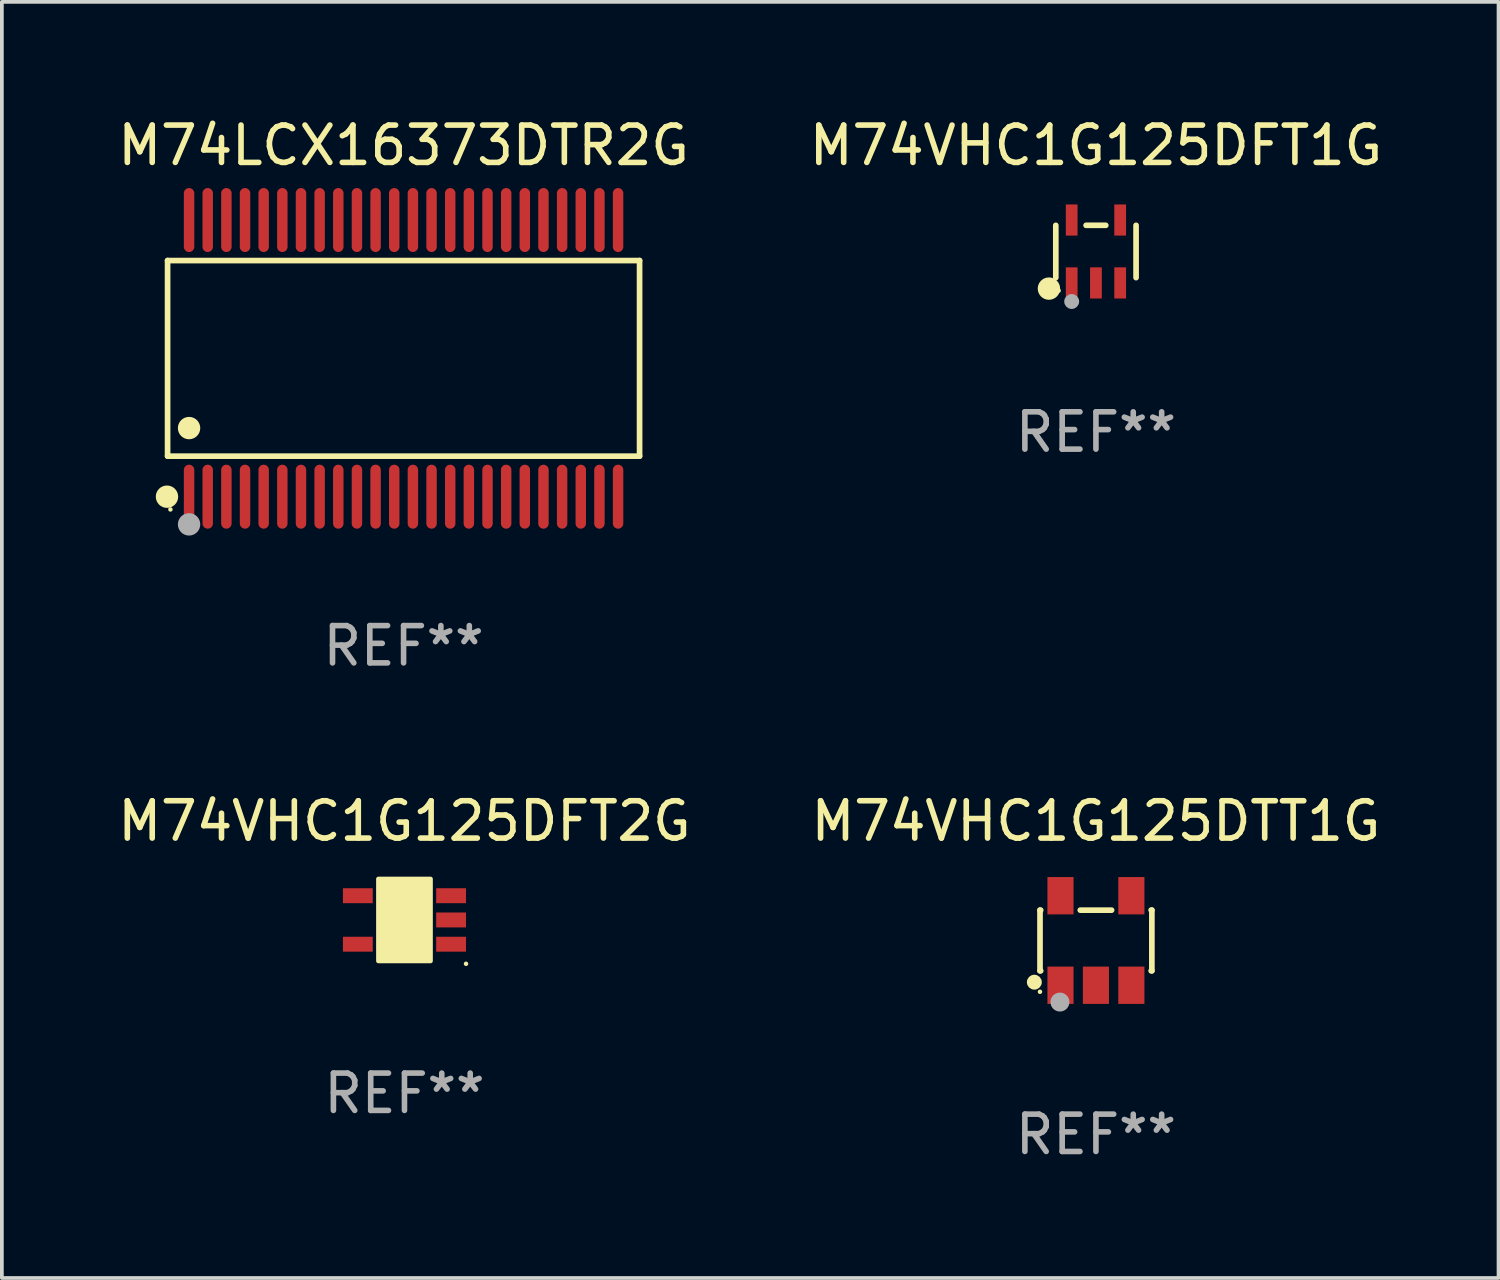
<source format=kicad_pcb>
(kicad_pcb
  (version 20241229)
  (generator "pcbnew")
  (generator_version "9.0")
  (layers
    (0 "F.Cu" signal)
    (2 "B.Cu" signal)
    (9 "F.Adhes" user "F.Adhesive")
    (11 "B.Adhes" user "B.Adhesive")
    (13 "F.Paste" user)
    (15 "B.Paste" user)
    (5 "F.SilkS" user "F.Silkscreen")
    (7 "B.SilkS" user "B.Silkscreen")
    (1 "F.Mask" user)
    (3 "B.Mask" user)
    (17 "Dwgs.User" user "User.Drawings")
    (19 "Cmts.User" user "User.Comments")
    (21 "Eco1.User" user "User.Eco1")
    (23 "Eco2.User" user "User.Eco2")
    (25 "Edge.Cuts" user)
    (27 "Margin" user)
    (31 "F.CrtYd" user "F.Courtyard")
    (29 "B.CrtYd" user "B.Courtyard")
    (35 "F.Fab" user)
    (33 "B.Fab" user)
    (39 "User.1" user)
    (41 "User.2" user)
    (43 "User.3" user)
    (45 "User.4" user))
  (footprint "M74VHC1G125DTT1G"
    (layer "F.Cu")
    (at 26.327 22.16)
    (property "Reference" "M74VHC1G125DTT1G" (at 0 -3.2 0) (layer "F.SilkS") (effects (font (size 1 1) (thickness 0.15))))
    (attr through_hole)
    (fp_line (start -1.499 -0.813) (end -1.48 -0.813) (stroke (width 0.152) (type solid)) (layer "F.SilkS"))
    (fp_line (start -1.499 0.813) (end -1.499 -0.813) (stroke (width 0.152) (type solid)) (layer "F.SilkS"))
    (fp_line (start -1.48 0.813) (end -1.499 0.813) (stroke (width 0.152) (type solid)) (layer "F.SilkS"))
    (fp_line (start -0.42 -0.813) (end 0.42 -0.813) (stroke (width 0.152) (type solid)) (layer "F.SilkS"))
    (fp_line (start 1.48 -0.813) (end 1.499 -0.813) (stroke (width 0.152) (type solid)) (layer "F.SilkS"))
    (fp_line (start 1.499 -0.813) (end 1.499 0.813) (stroke (width 0.152) (type solid)) (layer "F.SilkS"))
    (fp_line (start 1.499 0.813) (end 1.48 0.813) (stroke (width 0.152) (type solid)) (layer "F.SilkS"))
    (fp_circle (center -1.651 1.118) (end -1.551 1.118) (stroke (width 0.2) (type solid)) (fill no) (layer "F.SilkS"))
    (fp_circle (center -1.5 1.375) (end -1.47 1.375) (stroke (width 0.06) (type solid)) (fill no) (layer "F.SilkS"))
    (fp_circle (center -0.965 1.651) (end -0.838 1.651) (stroke (width 0.254) (type solid)) (fill no) (layer "F.Fab"))
    (fp_text user "REF**" (at 0 5.2 0) (layer "F.Fab") (effects (font (size 1 1) (thickness 0.15))))
    (pad "1" smd rect (at -0.95 1.2) (size 0.7 1) (layers "F.Cu" "F.Mask" "F.Paste"))
    (pad "2" smd rect (at 0 1.2) (size 0.7 1) (layers "F.Cu" "F.Mask" "F.Paste"))
    (pad "3" smd rect (at 0.95 1.2) (size 0.7 1) (layers "F.Cu" "F.Mask" "F.Paste"))
    (pad "4" smd rect (at 0.95 -1.2) (size 0.7 1) (layers "F.Cu" "F.Mask" "F.Paste"))
    (pad "5" smd rect (at -0.95 -1.2) (size 0.7 1) (layers "F.Cu" "F.Mask" "F.Paste")))
  (footprint "M74VHC1G125DFT1G"
    (layer "F.Cu")
    (at 26.327 3.691)
    (property "Reference" "M74VHC1G125DFT1G" (at 0 -2.843 0) (layer "F.SilkS") (effects (font (size 1 1) (thickness 0.15))))
    (attr through_hole)
    (fp_line (start -1.076 0.701) (end -1.076 -0.701) (stroke (width 0.152) (type solid)) (layer "F.SilkS"))
    (fp_line (start 0.264 -0.701) (end -0.264 -0.701) (stroke (width 0.152) (type solid)) (layer "F.SilkS"))
    (fp_line (start 1.076 0.701) (end 1.076 -0.701) (stroke (width 0.152) (type solid)) (layer "F.SilkS"))
    (fp_circle (center -1.26 0.995) (end -1.11 0.995) (stroke (width 0.3) (type solid)) (fill no) (layer "F.SilkS"))
    (fp_circle (center -1 1.05) (end -0.97 1.05) (stroke (width 0.06) (type solid)) (fill no) (layer "F.SilkS"))
    (fp_circle (center -0.65 1.341) (end -0.55 1.341) (stroke (width 0.2) (type solid)) (fill no) (layer "F.Fab"))
    (fp_text user "REF**" (at 0 4.843 0) (layer "F.Fab") (effects (font (size 1 1) (thickness 0.15))))
    (pad "1" smd rect (at -0.65 0.843) (size 0.315 0.835) (layers "F.Cu" "F.Mask" "F.Paste"))
    (pad "2" smd rect (at 0.00014 0.843) (size 0.315 0.835) (layers "F.Cu" "F.Mask" "F.Paste"))
    (pad "3" smd rect (at 0.65 0.843) (size 0.315 0.835) (layers "F.Cu" "F.Mask" "F.Paste"))
    (pad "4" smd rect (at 0.65 -0.843) (size 0.315 0.835) (layers "F.Cu" "F.Mask" "F.Paste"))
    (pad "5" smd rect (at -0.65 -0.843) (size 0.315 0.835) (layers "F.Cu" "F.Mask" "F.Paste")))
  (footprint "M74LCX16373DTR2G"
    (layer "F.Cu")
    (at 7.768 6.556)
    (property "Reference" "M74LCX16373DTR2G" (at 0 -5.708 0) (layer "F.SilkS") (effects (font (size 1 1) (thickness 0.15))))
    (attr through_hole)
    (fp_line (start -6.326 -2.622) (end 6.326 -2.622) (stroke (width 0.152) (type solid)) (layer "F.SilkS"))
    (fp_line (start -6.326 2.621) (end -6.326 -2.622) (stroke (width 0.152) (type solid)) (layer "F.SilkS"))
    (fp_line (start 6.326 -2.622) (end 6.326 2.621) (stroke (width 0.152) (type solid)) (layer "F.SilkS"))
    (fp_line (start 6.326 2.621) (end -6.326 2.621) (stroke (width 0.152) (type solid)) (layer "F.SilkS"))
    (fp_circle (center -6.342 3.708) (end -6.192 3.708) (stroke (width 0.3) (type solid)) (fill no) (layer "F.SilkS"))
    (fp_circle (center -6.25 4.05) (end -6.22 4.05) (stroke (width 0.06) (type solid)) (fill no) (layer "F.SilkS"))
    (fp_circle (center -5.75 1.869) (end -5.6 1.869) (stroke (width 0.3) (type solid)) (fill no) (layer "F.SilkS"))
    (fp_circle (center -5.75 4.45) (end -5.6 4.45) (stroke (width 0.3) (type solid)) (fill no) (layer "F.Fab"))
    (fp_text user "REF**" (at 0 7.708 0) (layer "F.Fab") (effects (font (size 1 1) (thickness 0.15))))
    (pad "1" smd oval (at -5.75 3.708) (size 0.28 1.715) (layers "F.Cu" "F.Mask" "F.Paste"))
    (pad "2" smd oval (at -5.25 3.708) (size 0.28 1.715) (layers "F.Cu" "F.Mask" "F.Paste"))
    (pad "3" smd oval (at -4.75 3.708) (size 0.28 1.715) (layers "F.Cu" "F.Mask" "F.Paste"))
    (pad "4" smd oval (at -4.25 3.708) (size 0.28 1.715) (layers "F.Cu" "F.Mask" "F.Paste"))
    (pad "5" smd oval (at -3.75 3.708) (size 0.28 1.715) (layers "F.Cu" "F.Mask" "F.Paste"))
    (pad "6" smd oval (at -3.25 3.708) (size 0.28 1.715) (layers "F.Cu" "F.Mask" "F.Paste"))
    (pad "7" smd oval (at -2.75 3.708) (size 0.28 1.715) (layers "F.Cu" "F.Mask" "F.Paste"))
    (pad "8" smd oval (at -2.25 3.708) (size 0.28 1.715) (layers "F.Cu" "F.Mask" "F.Paste"))
    (pad "9" smd oval (at -1.75 3.708) (size 0.28 1.715) (layers "F.Cu" "F.Mask" "F.Paste"))
    (pad "10" smd oval (at -1.25 3.708) (size 0.28 1.715) (layers "F.Cu" "F.Mask" "F.Paste"))
    (pad "11" smd oval (at -0.75 3.708) (size 0.28 1.715) (layers "F.Cu" "F.Mask" "F.Paste"))
    (pad "12" smd oval (at -0.25 3.708) (size 0.28 1.715) (layers "F.Cu" "F.Mask" "F.Paste"))
    (pad "13" smd oval (at 0.25 3.708) (size 0.28 1.715) (layers "F.Cu" "F.Mask" "F.Paste"))
    (pad "14" smd oval (at 0.75 3.708) (size 0.28 1.715) (layers "F.Cu" "F.Mask" "F.Paste"))
    (pad "15" smd oval (at 1.25 3.708) (size 0.28 1.715) (layers "F.Cu" "F.Mask" "F.Paste"))
    (pad "16" smd oval (at 1.75 3.708) (size 0.28 1.715) (layers "F.Cu" "F.Mask" "F.Paste"))
    (pad "17" smd oval (at 2.25 3.708) (size 0.28 1.715) (layers "F.Cu" "F.Mask" "F.Paste"))
    (pad "18" smd oval (at 2.75 3.708) (size 0.28 1.715) (layers "F.Cu" "F.Mask" "F.Paste"))
    (pad "19" smd oval (at 3.25 3.708) (size 0.28 1.715) (layers "F.Cu" "F.Mask" "F.Paste"))
    (pad "20" smd oval (at 3.75 3.708) (size 0.28 1.715) (layers "F.Cu" "F.Mask" "F.Paste"))
    (pad "21" smd oval (at 4.25 3.708) (size 0.28 1.715) (layers "F.Cu" "F.Mask" "F.Paste"))
    (pad "22" smd oval (at 4.75 3.708) (size 0.28 1.715) (layers "F.Cu" "F.Mask" "F.Paste"))
    (pad "23" smd oval (at 5.25 3.708) (size 0.28 1.715) (layers "F.Cu" "F.Mask" "F.Paste"))
    (pad "24" smd oval (at 5.75 3.708) (size 0.28 1.715) (layers "F.Cu" "F.Mask" "F.Paste"))
    (pad "25" smd oval (at 5.75 -3.708) (size 0.28 1.715) (layers "F.Cu" "F.Mask" "F.Paste"))
    (pad "26" smd oval (at 5.25 -3.708) (size 0.28 1.715) (layers "F.Cu" "F.Mask" "F.Paste"))
    (pad "27" smd oval (at 4.75 -3.708) (size 0.28 1.715) (layers "F.Cu" "F.Mask" "F.Paste"))
    (pad "28" smd oval (at 4.25 -3.708) (size 0.28 1.715) (layers "F.Cu" "F.Mask" "F.Paste"))
    (pad "29" smd oval (at 3.75 -3.708) (size 0.28 1.715) (layers "F.Cu" "F.Mask" "F.Paste"))
    (pad "30" smd oval (at 3.25 -3.708) (size 0.28 1.715) (layers "F.Cu" "F.Mask" "F.Paste"))
    (pad "31" smd oval (at 2.75 -3.708) (size 0.28 1.715) (layers "F.Cu" "F.Mask" "F.Paste"))
    (pad "32" smd oval (at 2.25 -3.708) (size 0.28 1.715) (layers "F.Cu" "F.Mask" "F.Paste"))
    (pad "33" smd oval (at 1.75 -3.708) (size 0.28 1.715) (layers "F.Cu" "F.Mask" "F.Paste"))
    (pad "34" smd oval (at 1.25 -3.708) (size 0.28 1.715) (layers "F.Cu" "F.Mask" "F.Paste"))
    (pad "35" smd oval (at 0.75 -3.708) (size 0.28 1.715) (layers "F.Cu" "F.Mask" "F.Paste"))
    (pad "36" smd oval (at 0.25 -3.708) (size 0.28 1.715) (layers "F.Cu" "F.Mask" "F.Paste"))
    (pad "37" smd oval (at -0.25 -3.708) (size 0.28 1.715) (layers "F.Cu" "F.Mask" "F.Paste"))
    (pad "38" smd oval (at -0.75 -3.708) (size 0.28 1.715) (layers "F.Cu" "F.Mask" "F.Paste"))
    (pad "39" smd oval (at -1.25 -3.708) (size 0.28 1.715) (layers "F.Cu" "F.Mask" "F.Paste"))
    (pad "40" smd oval (at -1.75 -3.708) (size 0.28 1.715) (layers "F.Cu" "F.Mask" "F.Paste"))
    (pad "41" smd oval (at -2.25 -3.708) (size 0.28 1.715) (layers "F.Cu" "F.Mask" "F.Paste"))
    (pad "42" smd oval (at -2.75 -3.708) (size 0.28 1.715) (layers "F.Cu" "F.Mask" "F.Paste"))
    (pad "43" smd oval (at -3.25 -3.708) (size 0.28 1.715) (layers "F.Cu" "F.Mask" "F.Paste"))
    (pad "44" smd oval (at -3.75 -3.708) (size 0.28 1.715) (layers "F.Cu" "F.Mask" "F.Paste"))
    (pad "45" smd oval (at -4.25 -3.708) (size 0.28 1.715) (layers "F.Cu" "F.Mask" "F.Paste"))
    (pad "46" smd oval (at -4.75 -3.708) (size 0.28 1.715) (layers "F.Cu" "F.Mask" "F.Paste"))
    (pad "47" smd oval (at -5.25 -3.708) (size 0.28 1.715) (layers "F.Cu" "F.Mask" "F.Paste"))
    (pad "48" smd oval (at -5.75 -3.708) (size 0.28 1.715) (layers "F.Cu" "F.Mask" "F.Paste")))
  (footprint "M74VHC1G125DFT2G"
    (layer "F.Cu")
    (at 7.792 21.61)
    (property "Reference" "M74VHC1G125DFT2G" (at 0 -2.65 0) (layer "F.SilkS") (effects (font (size 1 1) (thickness 0.15))))
    (attr through_hole)
    (fp_arc (start 0.381001 0.637541) (mid 0.380995 0.636271) (end 0.381001 0.635001) (stroke (width 0.24892) (type solid)) (layer "F.SilkS"))
    (fp_circle (center 1.65 1.175) (end 1.68 1.175) (stroke (width 0.06) (type solid)) (fill no) (layer "F.SilkS"))
    (fp_poly (pts (xy -0.7 -1.1) (xy 0.7 -1.1) (xy 0.7 1.1) (xy -0.7 1.1)) (stroke (width 0.12) (type solid)) (fill yes) (layer "F.SilkS"))
    (fp_text user "REF**" (at 0 4.65 0) (layer "F.Fab") (effects (font (size 1 1) (thickness 0.15))))
    (pad "1" smd rect (at 1.25 0.65 270) (size 0.4 0.8) (layers "F.Cu" "F.Mask" "F.Paste"))
    (pad "2" smd rect (at 1.25 0 270) (size 0.4 0.8) (layers "F.Cu" "F.Mask" "F.Paste"))
    (pad "3" smd rect (at 1.25 -0.65 270) (size 0.4 0.8) (layers "F.Cu" "F.Mask" "F.Paste"))
    (pad "4" smd rect (at -1.25 -0.65 270) (size 0.4 0.8) (layers "F.Cu" "F.Mask" "F.Paste"))
    (pad "5" smd rect (at -1.25 0.65 270) (size 0.4 0.8) (layers "F.Cu" "F.Mask" "F.Paste")))
  (gr_rect
    (start -3 -3)
    (end 37.119 31.208)
    (stroke (width 0.1) (type default))
    (fill no)
    (layer "Edge.Cuts")))
</source>
